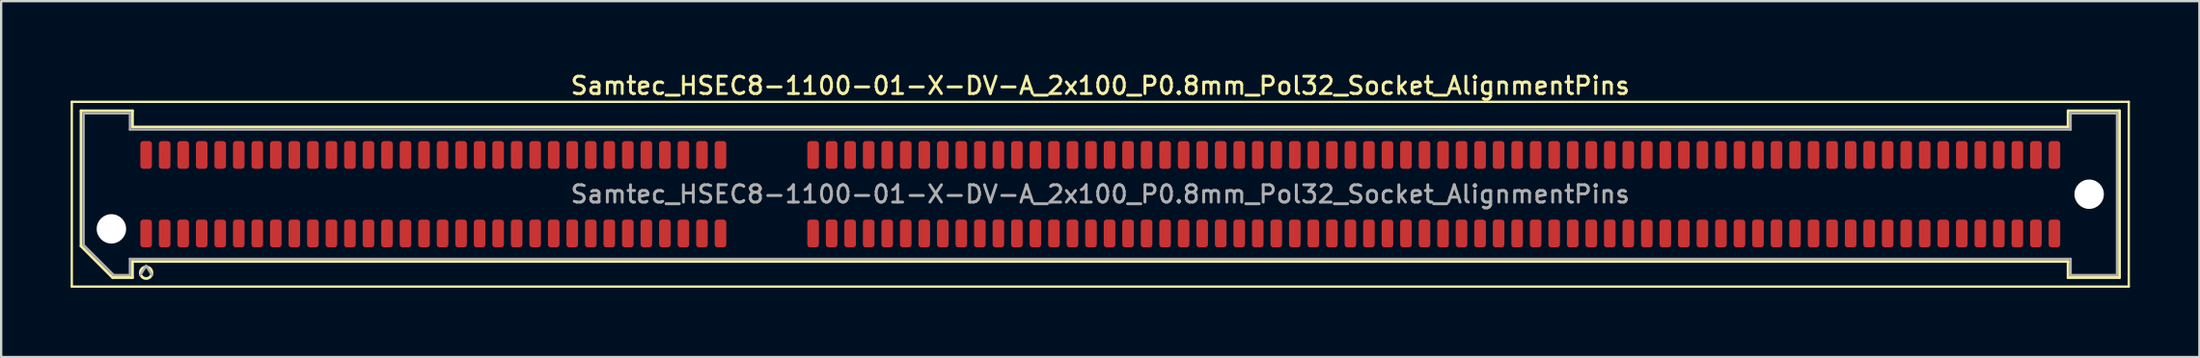
<source format=kicad_pcb>
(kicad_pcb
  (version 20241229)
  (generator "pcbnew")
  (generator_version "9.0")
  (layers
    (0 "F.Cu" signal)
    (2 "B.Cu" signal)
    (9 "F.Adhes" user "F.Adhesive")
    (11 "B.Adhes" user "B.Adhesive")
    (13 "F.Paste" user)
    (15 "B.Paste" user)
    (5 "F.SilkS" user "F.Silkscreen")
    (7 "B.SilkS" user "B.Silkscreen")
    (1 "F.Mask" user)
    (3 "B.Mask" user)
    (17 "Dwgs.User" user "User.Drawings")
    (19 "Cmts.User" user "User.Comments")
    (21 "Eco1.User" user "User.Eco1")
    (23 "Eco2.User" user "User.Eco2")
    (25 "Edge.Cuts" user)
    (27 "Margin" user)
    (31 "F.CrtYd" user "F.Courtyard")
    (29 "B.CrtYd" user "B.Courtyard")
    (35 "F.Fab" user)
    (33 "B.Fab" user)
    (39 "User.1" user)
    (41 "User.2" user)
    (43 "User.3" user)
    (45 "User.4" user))
  (footprint "Samtec_HSEC8-1100-01-X-DV-A_2x100_P0.8mm_Pol32_Socket_AlignmentPins"
    (layer "F.Cu")
    (at 44.46 5.358)
    (property "Reference" "Samtec_HSEC8-1100-01-X-DV-A_2x100_P0.8mm_Pol32_Socket_AlignmentPins" (at 0 -4.7 0) (layer "F.SilkS") (effects (font (size 0.75 0.75) (thickness 0.125))))
    (attr smd)
    (fp_line (start -44.41 -4) (end -44.41 4) (stroke (width 0.1) (type solid)) (layer "F.SilkS"))
    (fp_line (start -44.41 4) (end 44.41 4) (stroke (width 0.1) (type solid)) (layer "F.SilkS"))
    (fp_line (start -44.01 -3.61) (end -41.79 -3.61) (stroke (width 0.12) (type solid)) (layer "F.SilkS"))
    (fp_line (start -44.01 2.246) (end -44.01 -3.61) (stroke (width 0.12) (type solid)) (layer "F.SilkS"))
    (fp_line (start -42.646 3.61) (end -44.01 2.246) (stroke (width 0.12) (type solid)) (layer "F.SilkS"))
    (fp_line (start -41.79 -3.61) (end -41.79 -2.91) (stroke (width 0.12) (type solid)) (layer "F.SilkS"))
    (fp_line (start -41.79 -2.91) (end 41.79 -2.91) (stroke (width 0.12) (type solid)) (layer "F.SilkS"))
    (fp_line (start -41.79 2.91) (end -41.79 3.61) (stroke (width 0.12) (type solid)) (layer "F.SilkS"))
    (fp_line (start -41.79 3.61) (end -42.646 3.61) (stroke (width 0.12) (type solid)) (layer "F.SilkS"))
    (fp_line (start 41.79 -3.61) (end 44.01 -3.61) (stroke (width 0.12) (type solid)) (layer "F.SilkS"))
    (fp_line (start 41.79 -2.91) (end 41.79 -3.61) (stroke (width 0.12) (type solid)) (layer "F.SilkS"))
    (fp_line (start 41.79 2.91) (end -41.79 2.91) (stroke (width 0.12) (type solid)) (layer "F.SilkS"))
    (fp_line (start 41.79 3.61) (end 41.79 2.91) (stroke (width 0.12) (type solid)) (layer "F.SilkS"))
    (fp_line (start 44.01 -3.61) (end 44.01 3.61) (stroke (width 0.12) (type solid)) (layer "F.SilkS"))
    (fp_line (start 44.01 3.61) (end 41.79 3.61) (stroke (width 0.12) (type solid)) (layer "F.SilkS"))
    (fp_line (start 44.41 -4) (end -44.41 -4) (stroke (width 0.1) (type solid)) (layer "F.SilkS"))
    (fp_line (start 44.41 4) (end 44.41 -4) (stroke (width 0.1) (type solid)) (layer "F.SilkS"))
    (fp_arc (start -40.95 3.4) (mid -41.45 3.4) (end -40.95 3.4) (stroke (width 0.12) (type solid)) (layer "F.SilkS"))
    (fp_line (start -43.9 -3.5) (end -41.9 -3.5) (stroke (width 0.1) (type solid)) (layer "F.Fab"))
    (fp_line (start -43.9 2.2) (end -43.9 -3.5) (stroke (width 0.1) (type solid)) (layer "F.Fab"))
    (fp_line (start -42.6 3.5) (end -43.9 2.2) (stroke (width 0.1) (type solid)) (layer "F.Fab"))
    (fp_line (start -41.9 -3.5) (end -41.9 -2.8) (stroke (width 0.1) (type solid)) (layer "F.Fab"))
    (fp_line (start -41.9 -2.8) (end 41.9 -2.8) (stroke (width 0.1) (type solid)) (layer "F.Fab"))
    (fp_line (start -41.9 2.8) (end -41.9 3.5) (stroke (width 0.1) (type solid)) (layer "F.Fab"))
    (fp_line (start -41.9 3.5) (end -42.6 3.5) (stroke (width 0.1) (type solid)) (layer "F.Fab"))
    (fp_line (start -41.2 3.1) (end -41.45 3.5) (stroke (width 0.1) (type solid)) (layer "F.Fab"))
    (fp_line (start -41.2 3.1) (end -40.95 3.5) (stroke (width 0.1) (type solid)) (layer "F.Fab"))
    (fp_line (start 41.9 -3.5) (end 43.9 -3.5) (stroke (width 0.1) (type solid)) (layer "F.Fab"))
    (fp_line (start 41.9 -2.8) (end 41.9 -3.5) (stroke (width 0.1) (type solid)) (layer "F.Fab"))
    (fp_line (start 41.9 2.8) (end -41.9 2.8) (stroke (width 0.1) (type solid)) (layer "F.Fab"))
    (fp_line (start 41.9 3.5) (end 41.9 2.8) (stroke (width 0.1) (type solid)) (layer "F.Fab"))
    (fp_line (start 43.9 -3.5) (end 43.9 3.5) (stroke (width 0.1) (type solid)) (layer "F.Fab"))
    (fp_line (start 43.9 3.5) (end 41.9 3.5) (stroke (width 0.1) (type solid)) (layer "F.Fab"))
    (fp_text user "${REFERENCE}" (at 0 0 0) (layer "F.Fab") (effects (font (size 0.75 0.75) (thickness 0.125))))
    (pad "" np_thru_hole circle (at -42.7 1.5) (size 1.27 1.27) (drill 1.27) (layers "*.Cu" "*.Mask"))
    (pad "" np_thru_hole circle (at 42.7 0) (size 1.27 1.27) (drill 1.27) (layers "*.Cu" "*.Mask"))
    (pad "1" smd roundrect (at -41.2 1.7) (size 0.5 1.2) (layers "F.Cu" "F.Mask" "F.Paste") (roundrect_rratio 0.25))
    (pad "2" smd roundrect (at -41.2 -1.7) (size 0.5 1.2) (layers "F.Cu" "F.Mask" "F.Paste") (roundrect_rratio 0.25))
    (pad "3" smd roundrect (at -40.4 1.7) (size 0.5 1.2) (layers "F.Cu" "F.Mask" "F.Paste") (roundrect_rratio 0.25))
    (pad "4" smd roundrect (at -40.4 -1.7) (size 0.5 1.2) (layers "F.Cu" "F.Mask" "F.Paste") (roundrect_rratio 0.25))
    (pad "5" smd roundrect (at -39.6 1.7) (size 0.5 1.2) (layers "F.Cu" "F.Mask" "F.Paste") (roundrect_rratio 0.25))
    (pad "6" smd roundrect (at -39.6 -1.7) (size 0.5 1.2) (layers "F.Cu" "F.Mask" "F.Paste") (roundrect_rratio 0.25))
    (pad "7" smd roundrect (at -38.8 1.7) (size 0.5 1.2) (layers "F.Cu" "F.Mask" "F.Paste") (roundrect_rratio 0.25))
    (pad "8" smd roundrect (at -38.8 -1.7) (size 0.5 1.2) (layers "F.Cu" "F.Mask" "F.Paste") (roundrect_rratio 0.25))
    (pad "9" smd roundrect (at -38 1.7) (size 0.5 1.2) (layers "F.Cu" "F.Mask" "F.Paste") (roundrect_rratio 0.25))
    (pad "10" smd roundrect (at -38 -1.7) (size 0.5 1.2) (layers "F.Cu" "F.Mask" "F.Paste") (roundrect_rratio 0.25))
    (pad "11" smd roundrect (at -37.2 1.7) (size 0.5 1.2) (layers "F.Cu" "F.Mask" "F.Paste") (roundrect_rratio 0.25))
    (pad "12" smd roundrect (at -37.2 -1.7) (size 0.5 1.2) (layers "F.Cu" "F.Mask" "F.Paste") (roundrect_rratio 0.25))
    (pad "13" smd roundrect (at -36.4 1.7) (size 0.5 1.2) (layers "F.Cu" "F.Mask" "F.Paste") (roundrect_rratio 0.25))
    (pad "14" smd roundrect (at -36.4 -1.7) (size 0.5 1.2) (layers "F.Cu" "F.Mask" "F.Paste") (roundrect_rratio 0.25))
    (pad "15" smd roundrect (at -35.6 1.7) (size 0.5 1.2) (layers "F.Cu" "F.Mask" "F.Paste") (roundrect_rratio 0.25))
    (pad "16" smd roundrect (at -35.6 -1.7) (size 0.5 1.2) (layers "F.Cu" "F.Mask" "F.Paste") (roundrect_rratio 0.25))
    (pad "17" smd roundrect (at -34.8 1.7) (size 0.5 1.2) (layers "F.Cu" "F.Mask" "F.Paste") (roundrect_rratio 0.25))
    (pad "18" smd roundrect (at -34.8 -1.7) (size 0.5 1.2) (layers "F.Cu" "F.Mask" "F.Paste") (roundrect_rratio 0.25))
    (pad "19" smd roundrect (at -34 1.7) (size 0.5 1.2) (layers "F.Cu" "F.Mask" "F.Paste") (roundrect_rratio 0.25))
    (pad "20" smd roundrect (at -34 -1.7) (size 0.5 1.2) (layers "F.Cu" "F.Mask" "F.Paste") (roundrect_rratio 0.25))
    (pad "21" smd roundrect (at -33.2 1.7) (size 0.5 1.2) (layers "F.Cu" "F.Mask" "F.Paste") (roundrect_rratio 0.25))
    (pad "22" smd roundrect (at -33.2 -1.7) (size 0.5 1.2) (layers "F.Cu" "F.Mask" "F.Paste") (roundrect_rratio 0.25))
    (pad "23" smd roundrect (at -32.4 1.7) (size 0.5 1.2) (layers "F.Cu" "F.Mask" "F.Paste") (roundrect_rratio 0.25))
    (pad "24" smd roundrect (at -32.4 -1.7) (size 0.5 1.2) (layers "F.Cu" "F.Mask" "F.Paste") (roundrect_rratio 0.25))
    (pad "25" smd roundrect (at -31.6 1.7) (size 0.5 1.2) (layers "F.Cu" "F.Mask" "F.Paste") (roundrect_rratio 0.25))
    (pad "26" smd roundrect (at -31.6 -1.7) (size 0.5 1.2) (layers "F.Cu" "F.Mask" "F.Paste") (roundrect_rratio 0.25))
    (pad "27" smd roundrect (at -30.8 1.7) (size 0.5 1.2) (layers "F.Cu" "F.Mask" "F.Paste") (roundrect_rratio 0.25))
    (pad "28" smd roundrect (at -30.8 -1.7) (size 0.5 1.2) (layers "F.Cu" "F.Mask" "F.Paste") (roundrect_rratio 0.25))
    (pad "29" smd roundrect (at -30 1.7) (size 0.5 1.2) (layers "F.Cu" "F.Mask" "F.Paste") (roundrect_rratio 0.25))
    (pad "30" smd roundrect (at -30 -1.7) (size 0.5 1.2) (layers "F.Cu" "F.Mask" "F.Paste") (roundrect_rratio 0.25))
    (pad "31" smd roundrect (at -29.2 1.7) (size 0.5 1.2) (layers "F.Cu" "F.Mask" "F.Paste") (roundrect_rratio 0.25))
    (pad "32" smd roundrect (at -29.2 -1.7) (size 0.5 1.2) (layers "F.Cu" "F.Mask" "F.Paste") (roundrect_rratio 0.25))
    (pad "33" smd roundrect (at -28.4 1.7) (size 0.5 1.2) (layers "F.Cu" "F.Mask" "F.Paste") (roundrect_rratio 0.25))
    (pad "34" smd roundrect (at -28.4 -1.7) (size 0.5 1.2) (layers "F.Cu" "F.Mask" "F.Paste") (roundrect_rratio 0.25))
    (pad "35" smd roundrect (at -27.6 1.7) (size 0.5 1.2) (layers "F.Cu" "F.Mask" "F.Paste") (roundrect_rratio 0.25))
    (pad "36" smd roundrect (at -27.6 -1.7) (size 0.5 1.2) (layers "F.Cu" "F.Mask" "F.Paste") (roundrect_rratio 0.25))
    (pad "37" smd roundrect (at -26.8 1.7) (size 0.5 1.2) (layers "F.Cu" "F.Mask" "F.Paste") (roundrect_rratio 0.25))
    (pad "38" smd roundrect (at -26.8 -1.7) (size 0.5 1.2) (layers "F.Cu" "F.Mask" "F.Paste") (roundrect_rratio 0.25))
    (pad "39" smd roundrect (at -26 1.7) (size 0.5 1.2) (layers "F.Cu" "F.Mask" "F.Paste") (roundrect_rratio 0.25))
    (pad "40" smd roundrect (at -26 -1.7) (size 0.5 1.2) (layers "F.Cu" "F.Mask" "F.Paste") (roundrect_rratio 0.25))
    (pad "41" smd roundrect (at -25.2 1.7) (size 0.5 1.2) (layers "F.Cu" "F.Mask" "F.Paste") (roundrect_rratio 0.25))
    (pad "42" smd roundrect (at -25.2 -1.7) (size 0.5 1.2) (layers "F.Cu" "F.Mask" "F.Paste") (roundrect_rratio 0.25))
    (pad "43" smd roundrect (at -24.4 1.7) (size 0.5 1.2) (layers "F.Cu" "F.Mask" "F.Paste") (roundrect_rratio 0.25))
    (pad "44" smd roundrect (at -24.4 -1.7) (size 0.5 1.2) (layers "F.Cu" "F.Mask" "F.Paste") (roundrect_rratio 0.25))
    (pad "45" smd roundrect (at -23.6 1.7) (size 0.5 1.2) (layers "F.Cu" "F.Mask" "F.Paste") (roundrect_rratio 0.25))
    (pad "46" smd roundrect (at -23.6 -1.7) (size 0.5 1.2) (layers "F.Cu" "F.Mask" "F.Paste") (roundrect_rratio 0.25))
    (pad "47" smd roundrect (at -22.8 1.7) (size 0.5 1.2) (layers "F.Cu" "F.Mask" "F.Paste") (roundrect_rratio 0.25))
    (pad "48" smd roundrect (at -22.8 -1.7) (size 0.5 1.2) (layers "F.Cu" "F.Mask" "F.Paste") (roundrect_rratio 0.25))
    (pad "49" smd roundrect (at -22 1.7) (size 0.5 1.2) (layers "F.Cu" "F.Mask" "F.Paste") (roundrect_rratio 0.25))
    (pad "50" smd roundrect (at -22 -1.7) (size 0.5 1.2) (layers "F.Cu" "F.Mask" "F.Paste") (roundrect_rratio 0.25))
    (pad "51" smd roundrect (at -21.2 1.7) (size 0.5 1.2) (layers "F.Cu" "F.Mask" "F.Paste") (roundrect_rratio 0.25))
    (pad "52" smd roundrect (at -21.2 -1.7) (size 0.5 1.2) (layers "F.Cu" "F.Mask" "F.Paste") (roundrect_rratio 0.25))
    (pad "53" smd roundrect (at -20.4 1.7) (size 0.5 1.2) (layers "F.Cu" "F.Mask" "F.Paste") (roundrect_rratio 0.25))
    (pad "54" smd roundrect (at -20.4 -1.7) (size 0.5 1.2) (layers "F.Cu" "F.Mask" "F.Paste") (roundrect_rratio 0.25))
    (pad "55" smd roundrect (at -19.6 1.7) (size 0.5 1.2) (layers "F.Cu" "F.Mask" "F.Paste") (roundrect_rratio 0.25))
    (pad "56" smd roundrect (at -19.6 -1.7) (size 0.5 1.2) (layers "F.Cu" "F.Mask" "F.Paste") (roundrect_rratio 0.25))
    (pad "57" smd roundrect (at -18.8 1.7) (size 0.5 1.2) (layers "F.Cu" "F.Mask" "F.Paste") (roundrect_rratio 0.25))
    (pad "58" smd roundrect (at -18.8 -1.7) (size 0.5 1.2) (layers "F.Cu" "F.Mask" "F.Paste") (roundrect_rratio 0.25))
    (pad "59" smd roundrect (at -18 1.7) (size 0.5 1.2) (layers "F.Cu" "F.Mask" "F.Paste") (roundrect_rratio 0.25))
    (pad "60" smd roundrect (at -18 -1.7) (size 0.5 1.2) (layers "F.Cu" "F.Mask" "F.Paste") (roundrect_rratio 0.25))
    (pad "61" smd roundrect (at -17.2 1.7) (size 0.5 1.2) (layers "F.Cu" "F.Mask" "F.Paste") (roundrect_rratio 0.25))
    (pad "62" smd roundrect (at -17.2 -1.7) (size 0.5 1.2) (layers "F.Cu" "F.Mask" "F.Paste") (roundrect_rratio 0.25))
    (pad "63" smd roundrect (at -16.4 1.7) (size 0.5 1.2) (layers "F.Cu" "F.Mask" "F.Paste") (roundrect_rratio 0.25))
    (pad "64" smd roundrect (at -16.4 -1.7) (size 0.5 1.2) (layers "F.Cu" "F.Mask" "F.Paste") (roundrect_rratio 0.25))
    (pad "65" smd roundrect (at -12.4 1.7) (size 0.5 1.2) (layers "F.Cu" "F.Mask" "F.Paste") (roundrect_rratio 0.25))
    (pad "66" smd roundrect (at -12.4 -1.7) (size 0.5 1.2) (layers "F.Cu" "F.Mask" "F.Paste") (roundrect_rratio 0.25))
    (pad "67" smd roundrect (at -11.6 1.7) (size 0.5 1.2) (layers "F.Cu" "F.Mask" "F.Paste") (roundrect_rratio 0.25))
    (pad "68" smd roundrect (at -11.6 -1.7) (size 0.5 1.2) (layers "F.Cu" "F.Mask" "F.Paste") (roundrect_rratio 0.25))
    (pad "69" smd roundrect (at -10.8 1.7) (size 0.5 1.2) (layers "F.Cu" "F.Mask" "F.Paste") (roundrect_rratio 0.25))
    (pad "70" smd roundrect (at -10.8 -1.7) (size 0.5 1.2) (layers "F.Cu" "F.Mask" "F.Paste") (roundrect_rratio 0.25))
    (pad "71" smd roundrect (at -10 1.7) (size 0.5 1.2) (layers "F.Cu" "F.Mask" "F.Paste") (roundrect_rratio 0.25))
    (pad "72" smd roundrect (at -10 -1.7) (size 0.5 1.2) (layers "F.Cu" "F.Mask" "F.Paste") (roundrect_rratio 0.25))
    (pad "73" smd roundrect (at -9.2 1.7) (size 0.5 1.2) (layers "F.Cu" "F.Mask" "F.Paste") (roundrect_rratio 0.25))
    (pad "74" smd roundrect (at -9.2 -1.7) (size 0.5 1.2) (layers "F.Cu" "F.Mask" "F.Paste") (roundrect_rratio 0.25))
    (pad "75" smd roundrect (at -8.4 1.7) (size 0.5 1.2) (layers "F.Cu" "F.Mask" "F.Paste") (roundrect_rratio 0.25))
    (pad "76" smd roundrect (at -8.4 -1.7) (size 0.5 1.2) (layers "F.Cu" "F.Mask" "F.Paste") (roundrect_rratio 0.25))
    (pad "77" smd roundrect (at -7.6 1.7) (size 0.5 1.2) (layers "F.Cu" "F.Mask" "F.Paste") (roundrect_rratio 0.25))
    (pad "78" smd roundrect (at -7.6 -1.7) (size 0.5 1.2) (layers "F.Cu" "F.Mask" "F.Paste") (roundrect_rratio 0.25))
    (pad "79" smd roundrect (at -6.8 1.7) (size 0.5 1.2) (layers "F.Cu" "F.Mask" "F.Paste") (roundrect_rratio 0.25))
    (pad "80" smd roundrect (at -6.8 -1.7) (size 0.5 1.2) (layers "F.Cu" "F.Mask" "F.Paste") (roundrect_rratio 0.25))
    (pad "81" smd roundrect (at -6 1.7) (size 0.5 1.2) (layers "F.Cu" "F.Mask" "F.Paste") (roundrect_rratio 0.25))
    (pad "82" smd roundrect (at -6 -1.7) (size 0.5 1.2) (layers "F.Cu" "F.Mask" "F.Paste") (roundrect_rratio 0.25))
    (pad "83" smd roundrect (at -5.2 1.7) (size 0.5 1.2) (layers "F.Cu" "F.Mask" "F.Paste") (roundrect_rratio 0.25))
    (pad "84" smd roundrect (at -5.2 -1.7) (size 0.5 1.2) (layers "F.Cu" "F.Mask" "F.Paste") (roundrect_rratio 0.25))
    (pad "85" smd roundrect (at -4.4 1.7) (size 0.5 1.2) (layers "F.Cu" "F.Mask" "F.Paste") (roundrect_rratio 0.25))
    (pad "86" smd roundrect (at -4.4 -1.7) (size 0.5 1.2) (layers "F.Cu" "F.Mask" "F.Paste") (roundrect_rratio 0.25))
    (pad "87" smd roundrect (at -3.6 1.7) (size 0.5 1.2) (layers "F.Cu" "F.Mask" "F.Paste") (roundrect_rratio 0.25))
    (pad "88" smd roundrect (at -3.6 -1.7) (size 0.5 1.2) (layers "F.Cu" "F.Mask" "F.Paste") (roundrect_rratio 0.25))
    (pad "89" smd roundrect (at -2.8 1.7) (size 0.5 1.2) (layers "F.Cu" "F.Mask" "F.Paste") (roundrect_rratio 0.25))
    (pad "90" smd roundrect (at -2.8 -1.7) (size 0.5 1.2) (layers "F.Cu" "F.Mask" "F.Paste") (roundrect_rratio 0.25))
    (pad "91" smd roundrect (at -2 1.7) (size 0.5 1.2) (layers "F.Cu" "F.Mask" "F.Paste") (roundrect_rratio 0.25))
    (pad "92" smd roundrect (at -2 -1.7) (size 0.5 1.2) (layers "F.Cu" "F.Mask" "F.Paste") (roundrect_rratio 0.25))
    (pad "93" smd roundrect (at -1.2 1.7) (size 0.5 1.2) (layers "F.Cu" "F.Mask" "F.Paste") (roundrect_rratio 0.25))
    (pad "94" smd roundrect (at -1.2 -1.7) (size 0.5 1.2) (layers "F.Cu" "F.Mask" "F.Paste") (roundrect_rratio 0.25))
    (pad "95" smd roundrect (at -0.4 1.7) (size 0.5 1.2) (layers "F.Cu" "F.Mask" "F.Paste") (roundrect_rratio 0.25))
    (pad "96" smd roundrect (at -0.4 -1.7) (size 0.5 1.2) (layers "F.Cu" "F.Mask" "F.Paste") (roundrect_rratio 0.25))
    (pad "97" smd roundrect (at 0.4 1.7) (size 0.5 1.2) (layers "F.Cu" "F.Mask" "F.Paste") (roundrect_rratio 0.25))
    (pad "98" smd roundrect (at 0.4 -1.7) (size 0.5 1.2) (layers "F.Cu" "F.Mask" "F.Paste") (roundrect_rratio 0.25))
    (pad "99" smd roundrect (at 1.2 1.7) (size 0.5 1.2) (layers "F.Cu" "F.Mask" "F.Paste") (roundrect_rratio 0.25))
    (pad "100" smd roundrect (at 1.2 -1.7) (size 0.5 1.2) (layers "F.Cu" "F.Mask" "F.Paste") (roundrect_rratio 0.25))
    (pad "101" smd roundrect (at 2 1.7) (size 0.5 1.2) (layers "F.Cu" "F.Mask" "F.Paste") (roundrect_rratio 0.25))
    (pad "102" smd roundrect (at 2 -1.7) (size 0.5 1.2) (layers "F.Cu" "F.Mask" "F.Paste") (roundrect_rratio 0.25))
    (pad "103" smd roundrect (at 2.8 1.7) (size 0.5 1.2) (layers "F.Cu" "F.Mask" "F.Paste") (roundrect_rratio 0.25))
    (pad "104" smd roundrect (at 2.8 -1.7) (size 0.5 1.2) (layers "F.Cu" "F.Mask" "F.Paste") (roundrect_rratio 0.25))
    (pad "105" smd roundrect (at 3.6 1.7) (size 0.5 1.2) (layers "F.Cu" "F.Mask" "F.Paste") (roundrect_rratio 0.25))
    (pad "106" smd roundrect (at 3.6 -1.7) (size 0.5 1.2) (layers "F.Cu" "F.Mask" "F.Paste") (roundrect_rratio 0.25))
    (pad "107" smd roundrect (at 4.4 1.7) (size 0.5 1.2) (layers "F.Cu" "F.Mask" "F.Paste") (roundrect_rratio 0.25))
    (pad "108" smd roundrect (at 4.4 -1.7) (size 0.5 1.2) (layers "F.Cu" "F.Mask" "F.Paste") (roundrect_rratio 0.25))
    (pad "109" smd roundrect (at 5.2 1.7) (size 0.5 1.2) (layers "F.Cu" "F.Mask" "F.Paste") (roundrect_rratio 0.25))
    (pad "110" smd roundrect (at 5.2 -1.7) (size 0.5 1.2) (layers "F.Cu" "F.Mask" "F.Paste") (roundrect_rratio 0.25))
    (pad "111" smd roundrect (at 6 1.7) (size 0.5 1.2) (layers "F.Cu" "F.Mask" "F.Paste") (roundrect_rratio 0.25))
    (pad "112" smd roundrect (at 6 -1.7) (size 0.5 1.2) (layers "F.Cu" "F.Mask" "F.Paste") (roundrect_rratio 0.25))
    (pad "113" smd roundrect (at 6.8 1.7) (size 0.5 1.2) (layers "F.Cu" "F.Mask" "F.Paste") (roundrect_rratio 0.25))
    (pad "114" smd roundrect (at 6.8 -1.7) (size 0.5 1.2) (layers "F.Cu" "F.Mask" "F.Paste") (roundrect_rratio 0.25))
    (pad "115" smd roundrect (at 7.6 1.7) (size 0.5 1.2) (layers "F.Cu" "F.Mask" "F.Paste") (roundrect_rratio 0.25))
    (pad "116" smd roundrect (at 7.6 -1.7) (size 0.5 1.2) (layers "F.Cu" "F.Mask" "F.Paste") (roundrect_rratio 0.25))
    (pad "117" smd roundrect (at 8.4 1.7) (size 0.5 1.2) (layers "F.Cu" "F.Mask" "F.Paste") (roundrect_rratio 0.25))
    (pad "118" smd roundrect (at 8.4 -1.7) (size 0.5 1.2) (layers "F.Cu" "F.Mask" "F.Paste") (roundrect_rratio 0.25))
    (pad "119" smd roundrect (at 9.2 1.7) (size 0.5 1.2) (layers "F.Cu" "F.Mask" "F.Paste") (roundrect_rratio 0.25))
    (pad "120" smd roundrect (at 9.2 -1.7) (size 0.5 1.2) (layers "F.Cu" "F.Mask" "F.Paste") (roundrect_rratio 0.25))
    (pad "121" smd roundrect (at 10 1.7) (size 0.5 1.2) (layers "F.Cu" "F.Mask" "F.Paste") (roundrect_rratio 0.25))
    (pad "122" smd roundrect (at 10 -1.7) (size 0.5 1.2) (layers "F.Cu" "F.Mask" "F.Paste") (roundrect_rratio 0.25))
    (pad "123" smd roundrect (at 10.8 1.7) (size 0.5 1.2) (layers "F.Cu" "F.Mask" "F.Paste") (roundrect_rratio 0.25))
    (pad "124" smd roundrect (at 10.8 -1.7) (size 0.5 1.2) (layers "F.Cu" "F.Mask" "F.Paste") (roundrect_rratio 0.25))
    (pad "125" smd roundrect (at 11.6 1.7) (size 0.5 1.2) (layers "F.Cu" "F.Mask" "F.Paste") (roundrect_rratio 0.25))
    (pad "126" smd roundrect (at 11.6 -1.7) (size 0.5 1.2) (layers "F.Cu" "F.Mask" "F.Paste") (roundrect_rratio 0.25))
    (pad "127" smd roundrect (at 12.4 1.7) (size 0.5 1.2) (layers "F.Cu" "F.Mask" "F.Paste") (roundrect_rratio 0.25))
    (pad "128" smd roundrect (at 12.4 -1.7) (size 0.5 1.2) (layers "F.Cu" "F.Mask" "F.Paste") (roundrect_rratio 0.25))
    (pad "129" smd roundrect (at 13.2 1.7) (size 0.5 1.2) (layers "F.Cu" "F.Mask" "F.Paste") (roundrect_rratio 0.25))
    (pad "130" smd roundrect (at 13.2 -1.7) (size 0.5 1.2) (layers "F.Cu" "F.Mask" "F.Paste") (roundrect_rratio 0.25))
    (pad "131" smd roundrect (at 14 1.7) (size 0.5 1.2) (layers "F.Cu" "F.Mask" "F.Paste") (roundrect_rratio 0.25))
    (pad "132" smd roundrect (at 14 -1.7) (size 0.5 1.2) (layers "F.Cu" "F.Mask" "F.Paste") (roundrect_rratio 0.25))
    (pad "133" smd roundrect (at 14.8 1.7) (size 0.5 1.2) (layers "F.Cu" "F.Mask" "F.Paste") (roundrect_rratio 0.25))
    (pad "134" smd roundrect (at 14.8 -1.7) (size 0.5 1.2) (layers "F.Cu" "F.Mask" "F.Paste") (roundrect_rratio 0.25))
    (pad "135" smd roundrect (at 15.6 1.7) (size 0.5 1.2) (layers "F.Cu" "F.Mask" "F.Paste") (roundrect_rratio 0.25))
    (pad "136" smd roundrect (at 15.6 -1.7) (size 0.5 1.2) (layers "F.Cu" "F.Mask" "F.Paste") (roundrect_rratio 0.25))
    (pad "137" smd roundrect (at 16.4 1.7) (size 0.5 1.2) (layers "F.Cu" "F.Mask" "F.Paste") (roundrect_rratio 0.25))
    (pad "138" smd roundrect (at 16.4 -1.7) (size 0.5 1.2) (layers "F.Cu" "F.Mask" "F.Paste") (roundrect_rratio 0.25))
    (pad "139" smd roundrect (at 17.2 1.7) (size 0.5 1.2) (layers "F.Cu" "F.Mask" "F.Paste") (roundrect_rratio 0.25))
    (pad "140" smd roundrect (at 17.2 -1.7) (size 0.5 1.2) (layers "F.Cu" "F.Mask" "F.Paste") (roundrect_rratio 0.25))
    (pad "141" smd roundrect (at 18 1.7) (size 0.5 1.2) (layers "F.Cu" "F.Mask" "F.Paste") (roundrect_rratio 0.25))
    (pad "142" smd roundrect (at 18 -1.7) (size 0.5 1.2) (layers "F.Cu" "F.Mask" "F.Paste") (roundrect_rratio 0.25))
    (pad "143" smd roundrect (at 18.8 1.7) (size 0.5 1.2) (layers "F.Cu" "F.Mask" "F.Paste") (roundrect_rratio 0.25))
    (pad "144" smd roundrect (at 18.8 -1.7) (size 0.5 1.2) (layers "F.Cu" "F.Mask" "F.Paste") (roundrect_rratio 0.25))
    (pad "145" smd roundrect (at 19.6 1.7) (size 0.5 1.2) (layers "F.Cu" "F.Mask" "F.Paste") (roundrect_rratio 0.25))
    (pad "146" smd roundrect (at 19.6 -1.7) (size 0.5 1.2) (layers "F.Cu" "F.Mask" "F.Paste") (roundrect_rratio 0.25))
    (pad "147" smd roundrect (at 20.4 1.7) (size 0.5 1.2) (layers "F.Cu" "F.Mask" "F.Paste") (roundrect_rratio 0.25))
    (pad "148" smd roundrect (at 20.4 -1.7) (size 0.5 1.2) (layers "F.Cu" "F.Mask" "F.Paste") (roundrect_rratio 0.25))
    (pad "149" smd roundrect (at 21.2 1.7) (size 0.5 1.2) (layers "F.Cu" "F.Mask" "F.Paste") (roundrect_rratio 0.25))
    (pad "150" smd roundrect (at 21.2 -1.7) (size 0.5 1.2) (layers "F.Cu" "F.Mask" "F.Paste") (roundrect_rratio 0.25))
    (pad "151" smd roundrect (at 22 1.7) (size 0.5 1.2) (layers "F.Cu" "F.Mask" "F.Paste") (roundrect_rratio 0.25))
    (pad "152" smd roundrect (at 22 -1.7) (size 0.5 1.2) (layers "F.Cu" "F.Mask" "F.Paste") (roundrect_rratio 0.25))
    (pad "153" smd roundrect (at 22.8 1.7) (size 0.5 1.2) (layers "F.Cu" "F.Mask" "F.Paste") (roundrect_rratio 0.25))
    (pad "154" smd roundrect (at 22.8 -1.7) (size 0.5 1.2) (layers "F.Cu" "F.Mask" "F.Paste") (roundrect_rratio 0.25))
    (pad "155" smd roundrect (at 23.6 1.7) (size 0.5 1.2) (layers "F.Cu" "F.Mask" "F.Paste") (roundrect_rratio 0.25))
    (pad "156" smd roundrect (at 23.6 -1.7) (size 0.5 1.2) (layers "F.Cu" "F.Mask" "F.Paste") (roundrect_rratio 0.25))
    (pad "157" smd roundrect (at 24.4 1.7) (size 0.5 1.2) (layers "F.Cu" "F.Mask" "F.Paste") (roundrect_rratio 0.25))
    (pad "158" smd roundrect (at 24.4 -1.7) (size 0.5 1.2) (layers "F.Cu" "F.Mask" "F.Paste") (roundrect_rratio 0.25))
    (pad "159" smd roundrect (at 25.2 1.7) (size 0.5 1.2) (layers "F.Cu" "F.Mask" "F.Paste") (roundrect_rratio 0.25))
    (pad "160" smd roundrect (at 25.2 -1.7) (size 0.5 1.2) (layers "F.Cu" "F.Mask" "F.Paste") (roundrect_rratio 0.25))
    (pad "161" smd roundrect (at 26 1.7) (size 0.5 1.2) (layers "F.Cu" "F.Mask" "F.Paste") (roundrect_rratio 0.25))
    (pad "162" smd roundrect (at 26 -1.7) (size 0.5 1.2) (layers "F.Cu" "F.Mask" "F.Paste") (roundrect_rratio 0.25))
    (pad "163" smd roundrect (at 26.8 1.7) (size 0.5 1.2) (layers "F.Cu" "F.Mask" "F.Paste") (roundrect_rratio 0.25))
    (pad "164" smd roundrect (at 26.8 -1.7) (size 0.5 1.2) (layers "F.Cu" "F.Mask" "F.Paste") (roundrect_rratio 0.25))
    (pad "165" smd roundrect (at 27.6 1.7) (size 0.5 1.2) (layers "F.Cu" "F.Mask" "F.Paste") (roundrect_rratio 0.25))
    (pad "166" smd roundrect (at 27.6 -1.7) (size 0.5 1.2) (layers "F.Cu" "F.Mask" "F.Paste") (roundrect_rratio 0.25))
    (pad "167" smd roundrect (at 28.4 1.7) (size 0.5 1.2) (layers "F.Cu" "F.Mask" "F.Paste") (roundrect_rratio 0.25))
    (pad "168" smd roundrect (at 28.4 -1.7) (size 0.5 1.2) (layers "F.Cu" "F.Mask" "F.Paste") (roundrect_rratio 0.25))
    (pad "169" smd roundrect (at 29.2 1.7) (size 0.5 1.2) (layers "F.Cu" "F.Mask" "F.Paste") (roundrect_rratio 0.25))
    (pad "170" smd roundrect (at 29.2 -1.7) (size 0.5 1.2) (layers "F.Cu" "F.Mask" "F.Paste") (roundrect_rratio 0.25))
    (pad "171" smd roundrect (at 30 1.7) (size 0.5 1.2) (layers "F.Cu" "F.Mask" "F.Paste") (roundrect_rratio 0.25))
    (pad "172" smd roundrect (at 30 -1.7) (size 0.5 1.2) (layers "F.Cu" "F.Mask" "F.Paste") (roundrect_rratio 0.25))
    (pad "173" smd roundrect (at 30.8 1.7) (size 0.5 1.2) (layers "F.Cu" "F.Mask" "F.Paste") (roundrect_rratio 0.25))
    (pad "174" smd roundrect (at 30.8 -1.7) (size 0.5 1.2) (layers "F.Cu" "F.Mask" "F.Paste") (roundrect_rratio 0.25))
    (pad "175" smd roundrect (at 31.6 1.7) (size 0.5 1.2) (layers "F.Cu" "F.Mask" "F.Paste") (roundrect_rratio 0.25))
    (pad "176" smd roundrect (at 31.6 -1.7) (size 0.5 1.2) (layers "F.Cu" "F.Mask" "F.Paste") (roundrect_rratio 0.25))
    (pad "177" smd roundrect (at 32.4 1.7) (size 0.5 1.2) (layers "F.Cu" "F.Mask" "F.Paste") (roundrect_rratio 0.25))
    (pad "178" smd roundrect (at 32.4 -1.7) (size 0.5 1.2) (layers "F.Cu" "F.Mask" "F.Paste") (roundrect_rratio 0.25))
    (pad "179" smd roundrect (at 33.2 1.7) (size 0.5 1.2) (layers "F.Cu" "F.Mask" "F.Paste") (roundrect_rratio 0.25))
    (pad "180" smd roundrect (at 33.2 -1.7) (size 0.5 1.2) (layers "F.Cu" "F.Mask" "F.Paste") (roundrect_rratio 0.25))
    (pad "181" smd roundrect (at 34 1.7) (size 0.5 1.2) (layers "F.Cu" "F.Mask" "F.Paste") (roundrect_rratio 0.25))
    (pad "182" smd roundrect (at 34 -1.7) (size 0.5 1.2) (layers "F.Cu" "F.Mask" "F.Paste") (roundrect_rratio 0.25))
    (pad "183" smd roundrect (at 34.8 1.7) (size 0.5 1.2) (layers "F.Cu" "F.Mask" "F.Paste") (roundrect_rratio 0.25))
    (pad "184" smd roundrect (at 34.8 -1.7) (size 0.5 1.2) (layers "F.Cu" "F.Mask" "F.Paste") (roundrect_rratio 0.25))
    (pad "185" smd roundrect (at 35.6 1.7) (size 0.5 1.2) (layers "F.Cu" "F.Mask" "F.Paste") (roundrect_rratio 0.25))
    (pad "186" smd roundrect (at 35.6 -1.7) (size 0.5 1.2) (layers "F.Cu" "F.Mask" "F.Paste") (roundrect_rratio 0.25))
    (pad "187" smd roundrect (at 36.4 1.7) (size 0.5 1.2) (layers "F.Cu" "F.Mask" "F.Paste") (roundrect_rratio 0.25))
    (pad "188" smd roundrect (at 36.4 -1.7) (size 0.5 1.2) (layers "F.Cu" "F.Mask" "F.Paste") (roundrect_rratio 0.25))
    (pad "189" smd roundrect (at 37.2 1.7) (size 0.5 1.2) (layers "F.Cu" "F.Mask" "F.Paste") (roundrect_rratio 0.25))
    (pad "190" smd roundrect (at 37.2 -1.7) (size 0.5 1.2) (layers "F.Cu" "F.Mask" "F.Paste") (roundrect_rratio 0.25))
    (pad "191" smd roundrect (at 38 1.7) (size 0.5 1.2) (layers "F.Cu" "F.Mask" "F.Paste") (roundrect_rratio 0.25))
    (pad "192" smd roundrect (at 38 -1.7) (size 0.5 1.2) (layers "F.Cu" "F.Mask" "F.Paste") (roundrect_rratio 0.25))
    (pad "193" smd roundrect (at 38.8 1.7) (size 0.5 1.2) (layers "F.Cu" "F.Mask" "F.Paste") (roundrect_rratio 0.25))
    (pad "194" smd roundrect (at 38.8 -1.7) (size 0.5 1.2) (layers "F.Cu" "F.Mask" "F.Paste") (roundrect_rratio 0.25))
    (pad "195" smd roundrect (at 39.6 1.7) (size 0.5 1.2) (layers "F.Cu" "F.Mask" "F.Paste") (roundrect_rratio 0.25))
    (pad "196" smd roundrect (at 39.6 -1.7) (size 0.5 1.2) (layers "F.Cu" "F.Mask" "F.Paste") (roundrect_rratio 0.25))
    (pad "197" smd roundrect (at 40.4 1.7) (size 0.5 1.2) (layers "F.Cu" "F.Mask" "F.Paste") (roundrect_rratio 0.25))
    (pad "198" smd roundrect (at 40.4 -1.7) (size 0.5 1.2) (layers "F.Cu" "F.Mask" "F.Paste") (roundrect_rratio 0.25))
    (pad "199" smd roundrect (at 41.2 1.7) (size 0.5 1.2) (layers "F.Cu" "F.Mask" "F.Paste") (roundrect_rratio 0.25))
    (pad "200" smd roundrect (at 41.2 -1.7) (size 0.5 1.2) (layers "F.Cu" "F.Mask" "F.Paste") (roundrect_rratio 0.25)))
  (gr_rect
    (start -3 -3)
    (end 91.92 12.408)
    (stroke (width 0.1) (type default))
    (fill no)
    (layer "Edge.Cuts")))
</source>
